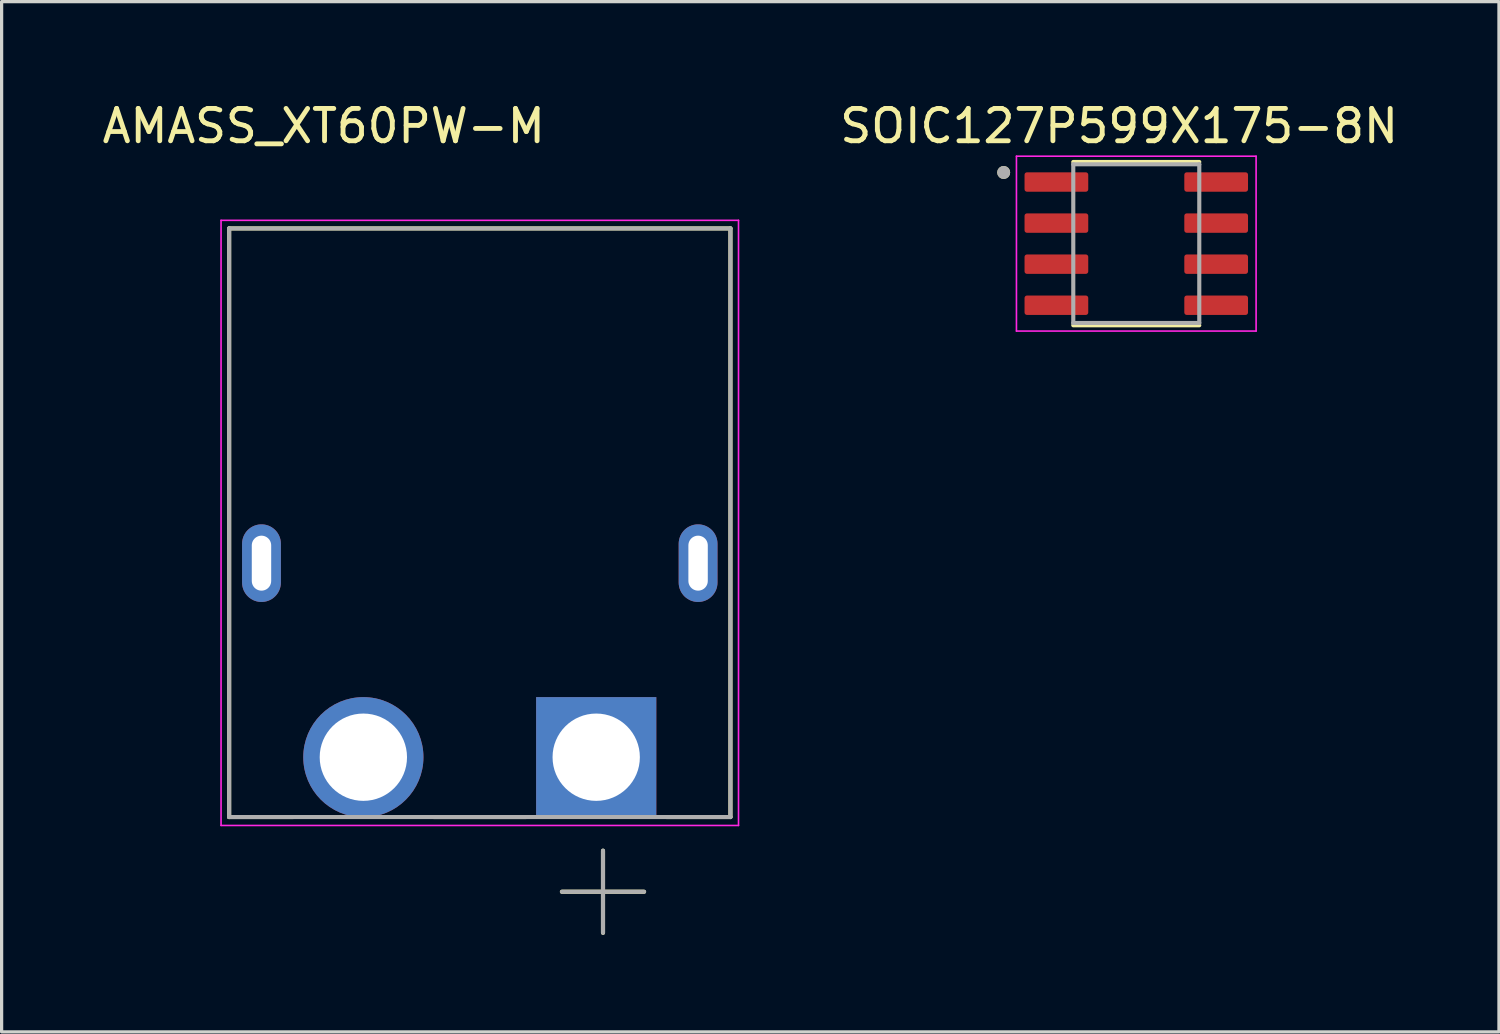
<source format=kicad_pcb>
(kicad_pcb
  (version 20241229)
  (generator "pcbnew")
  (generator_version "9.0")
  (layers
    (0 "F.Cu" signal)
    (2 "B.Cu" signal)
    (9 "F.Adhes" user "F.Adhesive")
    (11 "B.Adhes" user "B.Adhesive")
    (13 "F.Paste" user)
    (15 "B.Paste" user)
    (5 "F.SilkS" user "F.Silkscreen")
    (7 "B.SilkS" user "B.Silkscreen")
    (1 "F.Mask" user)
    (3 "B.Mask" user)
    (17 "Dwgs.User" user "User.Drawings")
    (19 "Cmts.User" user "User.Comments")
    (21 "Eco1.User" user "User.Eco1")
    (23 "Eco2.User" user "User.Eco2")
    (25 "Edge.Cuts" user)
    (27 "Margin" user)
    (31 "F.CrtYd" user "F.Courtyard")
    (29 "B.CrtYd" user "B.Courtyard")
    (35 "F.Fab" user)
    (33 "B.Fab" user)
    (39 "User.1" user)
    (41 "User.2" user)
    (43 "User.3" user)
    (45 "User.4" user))
  (footprint "AMASS_XT60PW-M"
    (layer "F.Cu")
    (at 11.785 14.363)
    (property "Reference" "AMASS_XT60PW-M" (at -4.824 -13.515 0) (layer "F.SilkS") (effects (font (size 1 1) (thickness 0.15))))
    (attr through_hole)
    (fp_line (start -7.75 -10.35) (end -7.75 7.85) (stroke (width 0.127) (type solid)) (layer "F.SilkS"))
    (fp_line (start -7.75 7.85) (end -5.778 7.85) (stroke (width 0.127) (type solid)) (layer "F.SilkS"))
    (fp_line (start -1.422 7.85) (end 1.422 7.85) (stroke (width 0.127) (type solid)) (layer "F.SilkS"))
    (fp_line (start 2.54 10.16) (end 3.81 10.16) (stroke (width 0.127) (type solid)) (layer "F.SilkS"))
    (fp_line (start 3.81 10.16) (end 3.81 8.89) (stroke (width 0.127) (type solid)) (layer "F.SilkS"))
    (fp_line (start 3.81 10.16) (end 3.81 11.43) (stroke (width 0.127) (type solid)) (layer "F.SilkS"))
    (fp_line (start 5.08 10.16) (end 3.81 10.16) (stroke (width 0.127) (type solid)) (layer "F.SilkS"))
    (fp_line (start 7.75 -10.35) (end -7.75 -10.35) (stroke (width 0.127) (type solid)) (layer "F.SilkS"))
    (fp_line (start 7.75 7.85) (end 5.778 7.85) (stroke (width 0.127) (type solid)) (layer "F.SilkS"))
    (fp_line (start 7.75 7.85) (end 7.75 -10.35) (stroke (width 0.127) (type solid)) (layer "F.SilkS"))
    (fp_line (start -8 -10.6) (end -8 8.11) (stroke (width 0.05) (type solid)) (layer "F.CrtYd"))
    (fp_line (start -8 8.11) (end 8 8.11) (stroke (width 0.05) (type solid)) (layer "F.CrtYd"))
    (fp_line (start 8 -10.6) (end -8 -10.6) (stroke (width 0.05) (type solid)) (layer "F.CrtYd"))
    (fp_line (start 8 8.11) (end 8 -10.6) (stroke (width 0.05) (type solid)) (layer "F.CrtYd"))
    (fp_line (start -7.75 -10.35) (end -7.75 7.85) (stroke (width 0.127) (type solid)) (layer "F.Fab"))
    (fp_line (start -7.75 7.85) (end 7.75 7.85) (stroke (width 0.127) (type solid)) (layer "F.Fab"))
    (fp_line (start 2.54 10.16) (end 3.81 10.16) (stroke (width 0.127) (type solid)) (layer "F.Fab"))
    (fp_line (start 3.81 10.16) (end 3.81 8.89) (stroke (width 0.127) (type solid)) (layer "F.Fab"))
    (fp_line (start 3.81 10.16) (end 3.81 11.43) (stroke (width 0.127) (type solid)) (layer "F.Fab"))
    (fp_line (start 5.08 10.16) (end 3.81 10.16) (stroke (width 0.127) (type solid)) (layer "F.Fab"))
    (fp_line (start 7.75 -10.35) (end -7.75 -10.35) (stroke (width 0.127) (type solid)) (layer "F.Fab"))
    (fp_line (start 7.75 7.85) (end 7.75 -10.35) (stroke (width 0.127) (type solid)) (layer "F.Fab"))
    (pad "" thru_hole oval (at -6.75 0) (size 1.2 2.4) (drill oval 0.6 1.7) (layers "*.Cu" "*.Mask"))
    (pad "" thru_hole oval (at 6.75 0) (size 1.2 2.4) (drill oval 0.6 1.7) (layers "*.Cu" "*.Mask"))
    (pad "1" thru_hole rect (at 3.6 6) (size 3.716 3.716) (drill 2.7) (layers "*.Cu" "*.Mask"))
    (pad "2" thru_hole circle (at -3.6 6) (size 3.716 3.716) (drill 2.7) (layers "*.Cu" "*.Mask")))
  (footprint "SOIC127P599X175-8N"
    (layer "F.Cu")
    (at 32.084 4.483)
    (property "Reference" "SOIC127P599X175-8N" (at -0.53 -3.635 0) (layer "F.SilkS") (effects (font (size 1 1) (thickness 0.15))))
    (attr smd)
    (fp_line (start -1.948 -2.525) (end 1.948 -2.525) (stroke (width 0.127) (type solid)) (layer "F.SilkS"))
    (fp_line (start -1.948 2.525) (end 1.948 2.525) (stroke (width 0.127) (type solid)) (layer "F.SilkS"))
    (fp_circle (center -4.1 -2.2) (end -4 -2.2) (stroke (width 0.2) (type solid)) (fill no) (layer "F.SilkS"))
    (fp_line (start -3.705 -2.703) (end -3.705 2.703) (stroke (width 0.05) (type solid)) (layer "F.CrtYd"))
    (fp_line (start -3.705 2.703) (end 3.705 2.703) (stroke (width 0.05) (type solid)) (layer "F.CrtYd"))
    (fp_line (start 3.705 -2.703) (end -3.705 -2.703) (stroke (width 0.05) (type solid)) (layer "F.CrtYd"))
    (fp_line (start 3.705 2.703) (end 3.705 -2.703) (stroke (width 0.05) (type solid)) (layer "F.CrtYd"))
    (fp_line (start -1.948 -2.453) (end 1.948 -2.453) (stroke (width 0.127) (type solid)) (layer "F.Fab"))
    (fp_line (start -1.948 2.453) (end -1.948 -2.453) (stroke (width 0.127) (type solid)) (layer "F.Fab"))
    (fp_line (start 1.948 -2.453) (end 1.948 2.453) (stroke (width 0.127) (type solid)) (layer "F.Fab"))
    (fp_line (start 1.948 2.453) (end -1.948 2.453) (stroke (width 0.127) (type solid)) (layer "F.Fab"))
    (fp_circle (center -4.1 -2.2) (end -4 -2.2) (stroke (width 0.2) (type solid)) (fill no) (layer "F.Fab"))
    (pad "1" smd roundrect (at -2.47 -1.905) (size 1.97 0.6) (layers "F.Cu" "F.Mask" "F.Paste") (roundrect_rratio 0.125))
    (pad "2" smd roundrect (at -2.47 -0.635) (size 1.97 0.6) (layers "F.Cu" "F.Mask" "F.Paste") (roundrect_rratio 0.125))
    (pad "3" smd roundrect (at -2.47 0.635) (size 1.97 0.6) (layers "F.Cu" "F.Mask" "F.Paste") (roundrect_rratio 0.125))
    (pad "4" smd roundrect (at -2.47 1.905) (size 1.97 0.6) (layers "F.Cu" "F.Mask" "F.Paste") (roundrect_rratio 0.125))
    (pad "5" smd roundrect (at 2.47 1.905) (size 1.97 0.6) (layers "F.Cu" "F.Mask" "F.Paste") (roundrect_rratio 0.125))
    (pad "6" smd roundrect (at 2.47 0.635) (size 1.97 0.6) (layers "F.Cu" "F.Mask" "F.Paste") (roundrect_rratio 0.125))
    (pad "7" smd roundrect (at 2.47 -0.635) (size 1.97 0.6) (layers "F.Cu" "F.Mask" "F.Paste") (roundrect_rratio 0.125))
    (pad "8" smd roundrect (at 2.47 -1.905) (size 1.97 0.6) (layers "F.Cu" "F.Mask" "F.Paste") (roundrect_rratio 0.125)))
  (gr_rect
    (start -3 -3)
    (end 43.298 28.857)
    (stroke (width 0.1) (type default))
    (fill no)
    (layer "Edge.Cuts")))
</source>
